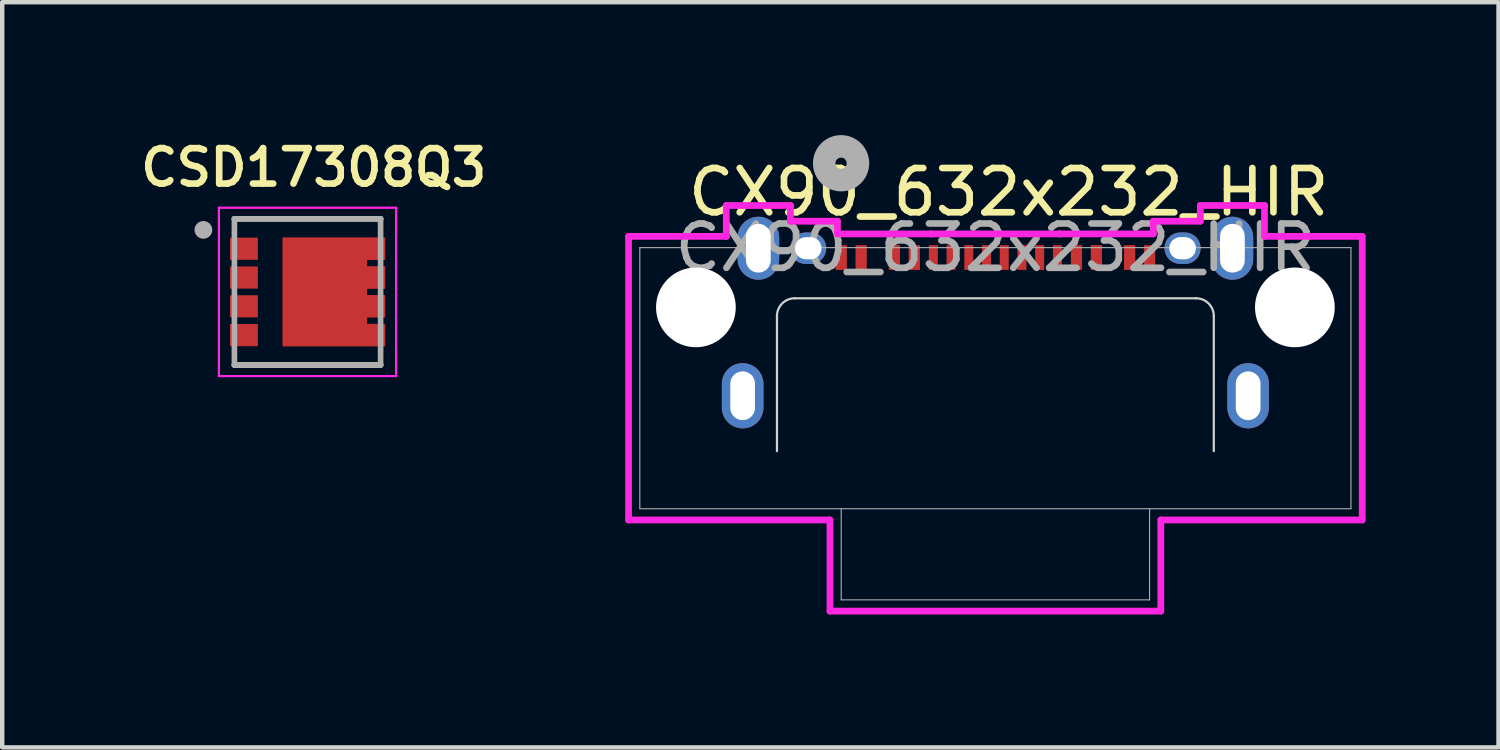
<source format=kicad_pcb>
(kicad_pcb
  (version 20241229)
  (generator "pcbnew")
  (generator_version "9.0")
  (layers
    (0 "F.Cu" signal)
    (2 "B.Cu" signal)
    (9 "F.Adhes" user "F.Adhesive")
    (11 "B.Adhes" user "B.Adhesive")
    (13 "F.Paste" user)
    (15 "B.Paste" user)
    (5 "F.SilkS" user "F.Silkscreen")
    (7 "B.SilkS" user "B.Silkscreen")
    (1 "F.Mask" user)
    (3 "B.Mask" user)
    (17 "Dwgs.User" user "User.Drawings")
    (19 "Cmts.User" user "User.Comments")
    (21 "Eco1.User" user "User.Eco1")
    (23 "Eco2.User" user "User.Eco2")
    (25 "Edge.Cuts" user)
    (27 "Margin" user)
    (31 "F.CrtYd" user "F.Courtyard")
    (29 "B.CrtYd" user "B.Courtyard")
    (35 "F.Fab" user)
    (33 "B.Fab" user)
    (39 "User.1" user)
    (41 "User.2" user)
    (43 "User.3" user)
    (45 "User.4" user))
  (footprint "CX90_632x232_HIR"
    (layer "F.Cu")
    (at 14.488 7.133)
    (property "Reference" "CX90_632x232_HIR" (at 5.23 -5.846 0) (unlocked yes) (layer "F.SilkS") (effects (font (size 1 1) (thickness 0.15))))
    (attr through_hole)
    (fp_line (start 0 0) (end 0 -3.05) (stroke (width 0.05) (type default)) (layer "Edge.Cuts"))
    (fp_line (start 0.4 -3.45) (end 9.46 -3.45) (stroke (width 0.05) (type default)) (layer "Edge.Cuts"))
    (fp_line (start 9.86 -3.05) (end 9.86 0) (stroke (width 0.05) (type default)) (layer "Edge.Cuts"))
    (fp_arc (start 0 -3.05) (mid 0.117158 -3.332842) (end 0.4 -3.45) (stroke (width 0.05) (type default)) (layer "Edge.Cuts"))
    (fp_arc (start 9.46 -3.45) (mid 9.74284 -3.332842) (end 9.86 -3.05) (stroke (width 0.05) (type default)) (layer "Edge.Cuts"))
    (fp_line (start -3.35 -4.847) (end -3.35 1.554) (stroke (width 0.152) (type solid)) (layer "F.CrtYd"))
    (fp_line (start -3.35 1.554) (end 1.196 1.554) (stroke (width 0.152) (type solid)) (layer "F.CrtYd"))
    (fp_line (start -1.144 -5.545) (end -1.144 -4.847) (stroke (width 0.152) (type solid)) (layer "F.CrtYd"))
    (fp_line (start -1.144 -4.847) (end -3.35 -4.847) (stroke (width 0.152) (type solid)) (layer "F.CrtYd"))
    (fp_line (start 0.304 -5.545) (end -1.144 -5.545) (stroke (width 0.152) (type solid)) (layer "F.CrtYd"))
    (fp_line (start 0.304 -5.19) (end 0.304 -5.545) (stroke (width 0.152) (type solid)) (layer "F.CrtYd"))
    (fp_line (start 1.196 1.554) (end 1.196 3.611) (stroke (width 0.152) (type solid)) (layer "F.CrtYd"))
    (fp_line (start 1.196 3.611) (end 8.664 3.611) (stroke (width 0.152) (type solid)) (layer "F.CrtYd"))
    (fp_line (start 1.365 -5.19) (end 0.304 -5.19) (stroke (width 0.152) (type solid)) (layer "F.CrtYd"))
    (fp_line (start 1.365 -4.903) (end 1.365 -5.19) (stroke (width 0.152) (type solid)) (layer "F.CrtYd"))
    (fp_line (start 3.481 -4.903) (end 3.481 -4.903) (stroke (width 0.152) (type solid)) (layer "F.CrtYd"))
    (fp_line (start 3.481 -4.903) (end 1.365 -4.903) (stroke (width 0.152) (type solid)) (layer "F.CrtYd"))
    (fp_line (start 6.379 -4.903) (end 3.481 -4.903) (stroke (width 0.152) (type solid)) (layer "F.CrtYd"))
    (fp_line (start 6.379 -4.903) (end 6.379 -4.903) (stroke (width 0.152) (type solid)) (layer "F.CrtYd"))
    (fp_line (start 8.495 -5.19) (end 8.495 -4.903) (stroke (width 0.152) (type solid)) (layer "F.CrtYd"))
    (fp_line (start 8.495 -4.903) (end 6.379 -4.903) (stroke (width 0.152) (type solid)) (layer "F.CrtYd"))
    (fp_line (start 8.664 1.554) (end 13.21 1.554) (stroke (width 0.152) (type solid)) (layer "F.CrtYd"))
    (fp_line (start 8.664 3.611) (end 8.664 1.554) (stroke (width 0.152) (type solid)) (layer "F.CrtYd"))
    (fp_line (start 9.556 -5.545) (end 9.556 -5.19) (stroke (width 0.152) (type solid)) (layer "F.CrtYd"))
    (fp_line (start 9.556 -5.19) (end 8.495 -5.19) (stroke (width 0.152) (type solid)) (layer "F.CrtYd"))
    (fp_line (start 11.004 -5.545) (end 9.556 -5.545) (stroke (width 0.152) (type solid)) (layer "F.CrtYd"))
    (fp_line (start 11.004 -4.847) (end 11.004 -5.545) (stroke (width 0.152) (type solid)) (layer "F.CrtYd"))
    (fp_line (start 13.21 -4.847) (end 11.004 -4.847) (stroke (width 0.152) (type solid)) (layer "F.CrtYd"))
    (fp_line (start 13.21 1.554) (end 13.21 -4.847) (stroke (width 0.152) (type solid)) (layer "F.CrtYd"))
    (fp_line (start -3.096 -4.593) (end -3.096 1.3) (stroke (width 0.025) (type solid)) (layer "F.Fab"))
    (fp_line (start -3.096 1.3) (end 12.956 1.3) (stroke (width 0.025) (type solid)) (layer "F.Fab"))
    (fp_line (start 1.45 3.357) (end 1.45 1.3) (stroke (width 0.025) (type solid)) (layer "F.Fab"))
    (fp_line (start 1.45 3.357) (end 8.41 3.357) (stroke (width 0.025) (type solid)) (layer "F.Fab"))
    (fp_line (start 8.41 3.357) (end 8.41 1.3) (stroke (width 0.025) (type solid)) (layer "F.Fab"))
    (fp_line (start 12.956 -4.593) (end -3.096 -4.593) (stroke (width 0.025) (type solid)) (layer "F.Fab"))
    (fp_line (start 12.956 1.3) (end 12.956 -4.593) (stroke (width 0.025) (type solid)) (layer "F.Fab"))
    (fp_circle (center 1.447 -6.498) (end 1.828 -6.498) (stroke (width 0.508) (type solid)) (fill no) (layer "F.Fab"))
    (fp_text user "${REFERENCE}" (at 4.93 -4.593 0) (unlocked yes) (layer "F.Fab") (effects (font (size 1 1) (thickness 0.15))))
    (pad "" np_thru_hole circle (at -1.83 -3.245) (size 1.8 1.8) (drill 1.8) (layers "*.Cu" "*.Mask"))
    (pad "" np_thru_hole circle (at 11.69 -3.245) (size 1.8 1.8) (drill 1.8) (layers "*.Cu" "*.Mask"))
    (pad "17" thru_hole oval (at -0.42 -4.58) (size 0.94 1.422) (drill oval 0.558 1.1) (layers "*.Cu" "*.Mask"))
    (pad "18" thru_hole oval (at 10.28 -4.58) (size 0.94 1.422) (drill oval 0.558 1.1) (layers "*.Cu" "*.Mask"))
    (pad "19" thru_hole oval (at 0.705 -4.58) (size 0.813 0.711) (drill oval 0.6 0.5) (layers "*.Cu" "*.Mask"))
    (pad "20" thru_hole oval (at 9.155 -4.58) (size 0.813 0.711) (drill oval 0.6 0.5) (layers "*.Cu" "*.Mask"))
    (pad "21" thru_hole oval (at -0.775 -1.25) (size 0.94 1.473) (drill oval 0.558 1.1) (layers "*.Cu" "*.Mask"))
    (pad "22" thru_hole oval (at 10.635 -1.25) (size 0.94 1.473) (drill oval 0.558 1.1) (layers "*.Cu" "*.Mask"))
    (pad "A1" smd rect (at 1.45 -4.37) (size 0.254 0.559) (layers "F.Cu" "F.Mask" "F.Paste"))
    (pad "A4" smd rect (at 2.65 -4.37) (size 0.254 0.559) (layers "F.Cu" "F.Mask" "F.Paste"))
    (pad "A5" smd rect (at 3.53 -4.37) (size 0.203 0.559) (layers "F.Cu" "F.Mask" "F.Paste"))
    (pad "A6" smd rect (at 4.33 -4.37) (size 0.203 0.559) (layers "F.Cu" "F.Mask" "F.Paste"))
    (pad "A7" smd rect (at 5.53 -4.37) (size 0.203 0.559) (layers "F.Cu" "F.Mask" "F.Paste"))
    (pad "A8" smd rect (at 6.33 -4.37) (size 0.203 0.559) (layers "F.Cu" "F.Mask" "F.Paste"))
    (pad "A9" smd rect (at 7.21 -4.37) (size 0.254 0.559) (layers "F.Cu" "F.Mask" "F.Paste"))
    (pad "A12" smd rect (at 8.41 -4.37) (size 0.254 0.559) (layers "F.Cu" "F.Mask" "F.Paste"))
    (pad "B1" smd rect (at 7.96 -4.37) (size 0.254 0.559) (layers "F.Cu" "F.Mask" "F.Paste"))
    (pad "B4" smd rect (at 6.76 -4.37) (size 0.254 0.559) (layers "F.Cu" "F.Mask" "F.Paste"))
    (pad "B5" smd rect (at 5.93 -4.37) (size 0.203 0.559) (layers "F.Cu" "F.Mask" "F.Paste"))
    (pad "B6" smd rect (at 5.13 -4.37) (size 0.203 0.559) (layers "F.Cu" "F.Mask" "F.Paste"))
    (pad "B7" smd rect (at 4.73 -4.37) (size 0.203 0.559) (layers "F.Cu" "F.Mask" "F.Paste"))
    (pad "B8" smd rect (at 3.93 -4.37) (size 0.203 0.559) (layers "F.Cu" "F.Mask" "F.Paste"))
    (pad "B9" smd rect (at 3.1 -4.37) (size 0.254 0.559) (layers "F.Cu" "F.Mask" "F.Paste"))
    (pad "B12" smd rect (at 1.9 -4.37) (size 0.254 0.559) (layers "F.Cu" "F.Mask" "F.Paste")))
  (footprint "CSD17308Q3"
    (layer "F.Cu")
    (at 3.891 3.539)
    (property "Reference" "CSD17308Q3" (at 0.14 -2.808 0) (layer "F.SilkS") (effects (font (size 0.8 0.8) (thickness 0.15))))
    (attr smd)
    (fp_poly (pts (xy -0.66 -1.325) (xy 1.85 -1.325) (xy 1.85 1.325) (xy -0.66 1.325)) (stroke (width 0.01) (type solid)) (fill yes) (layer "F.Mask"))
    (fp_line (start -1.65 -1.65) (end 1.65 -1.65) (stroke (width 0.127) (type solid)) (layer "F.SilkS"))
    (fp_line (start -1.65 1.65) (end 1.65 1.65) (stroke (width 0.127) (type solid)) (layer "F.SilkS"))
    (fp_poly (pts (xy -1.66 -1.145) (xy -1.21 -1.145) (xy -1.21 -0.805) (xy -1.66 -0.805)) (stroke (width 0.01) (type solid)) (fill yes) (layer "F.Paste"))
    (fp_poly (pts (xy -1.66 -0.495) (xy -1.21 -0.495) (xy -1.21 -0.155) (xy -1.66 -0.155)) (stroke (width 0.01) (type solid)) (fill yes) (layer "F.Paste"))
    (fp_poly (pts (xy -1.66 0.155) (xy -1.21 0.155) (xy -1.21 0.495) (xy -1.66 0.495)) (stroke (width 0.01) (type solid)) (fill yes) (layer "F.Paste"))
    (fp_poly (pts (xy -1.66 0.805) (xy -1.21 0.805) (xy -1.21 1.145) (xy -1.66 1.145)) (stroke (width 0.01) (type solid)) (fill yes) (layer "F.Paste"))
    (fp_poly (pts (xy -0.46 -1.145) (xy 0.985 -1.145) (xy 0.985 -0.125) (xy -0.46 -0.125)) (stroke (width 0.01) (type solid)) (fill yes) (layer "F.Paste"))
    (fp_poly (pts (xy -0.46 0.125) (xy 0.985 0.125) (xy 0.985 1.145) (xy -0.46 1.145)) (stroke (width 0.01) (type solid)) (fill yes) (layer "F.Paste"))
    (fp_poly (pts (xy 1.21 -1.145) (xy 1.66 -1.145) (xy 1.66 -0.805) (xy 1.21 -0.805)) (stroke (width 0.01) (type solid)) (fill yes) (layer "F.Paste"))
    (fp_poly (pts (xy 1.21 -0.495) (xy 1.66 -0.495) (xy 1.66 -0.155) (xy 1.21 -0.155)) (stroke (width 0.01) (type solid)) (fill yes) (layer "F.Paste"))
    (fp_poly (pts (xy 1.21 0.155) (xy 1.66 0.155) (xy 1.66 0.495) (xy 1.21 0.495)) (stroke (width 0.01) (type solid)) (fill yes) (layer "F.Paste"))
    (fp_poly (pts (xy 1.21 0.805) (xy 1.66 0.805) (xy 1.66 1.145) (xy 1.21 1.145)) (stroke (width 0.01) (type solid)) (fill yes) (layer "F.Paste"))
    (fp_line (start -2 -1.9) (end 2 -1.9) (stroke (width 0.05) (type solid)) (layer "F.CrtYd"))
    (fp_line (start -2 1.9) (end -2 -1.9) (stroke (width 0.05) (type solid)) (layer "F.CrtYd"))
    (fp_line (start 2 -1.9) (end 2 1.9) (stroke (width 0.05) (type solid)) (layer "F.CrtYd"))
    (fp_line (start 2 1.9) (end -2 1.9) (stroke (width 0.05) (type solid)) (layer "F.CrtYd"))
    (fp_line (start -1.65 -1.65) (end 1.65 -1.65) (stroke (width 0.127) (type solid)) (layer "F.Fab"))
    (fp_line (start -1.65 1.65) (end -1.65 -1.65) (stroke (width 0.127) (type solid)) (layer "F.Fab"))
    (fp_line (start 1.65 -1.65) (end 1.65 1.65) (stroke (width 0.127) (type solid)) (layer "F.Fab"))
    (fp_line (start 1.65 1.65) (end -1.65 1.65) (stroke (width 0.127) (type solid)) (layer "F.Fab"))
    (fp_circle (center -2.35 -1.4) (end -2.25 -1.4) (stroke (width 0.2) (type solid)) (fill no) (layer "F.Fab"))
    (pad "1" smd rect (at -1.435 -0.975) (size 0.63 0.5) (layers "F.Cu" "F.Mask"))
    (pad "2" smd rect (at -1.435 -0.325) (size 0.63 0.5) (layers "F.Cu" "F.Mask"))
    (pad "3" smd rect (at -1.435 0.325) (size 0.63 0.5) (layers "F.Cu" "F.Mask"))
    (pad "4" smd rect (at -1.435 0.975) (size 0.63 0.5) (layers "F.Cu" "F.Mask"))
    (pad "5-8" smd custom (at 0 0) (size 0.63 0.5) (layers "F.Cu") (options (anchor rect)) (primitives (gr_poly (pts (xy 1.75 -1.225) (xy 1.75 -0.725) (xy 1.34 -0.725) (xy 1.34 -0.575) (xy 1.75 -0.575) (xy 1.75 -0.075) (xy 1.34 -0.075) (xy 1.34 0.075) (xy 1.75 0.075) (xy 1.75 0.575) (xy 1.34 0.575) (xy 1.34 0.725) (xy 1.75 0.725) (xy 1.75 1.225) (xy -0.56 1.225) (xy -0.56 -1.225)) (width 0.01) (fill yes)))))
  (gr_rect
    (start -3 -3)
    (end 30.775 13.82)
    (stroke (width 0.1) (type default))
    (fill no)
    (layer "Edge.Cuts")))
</source>
